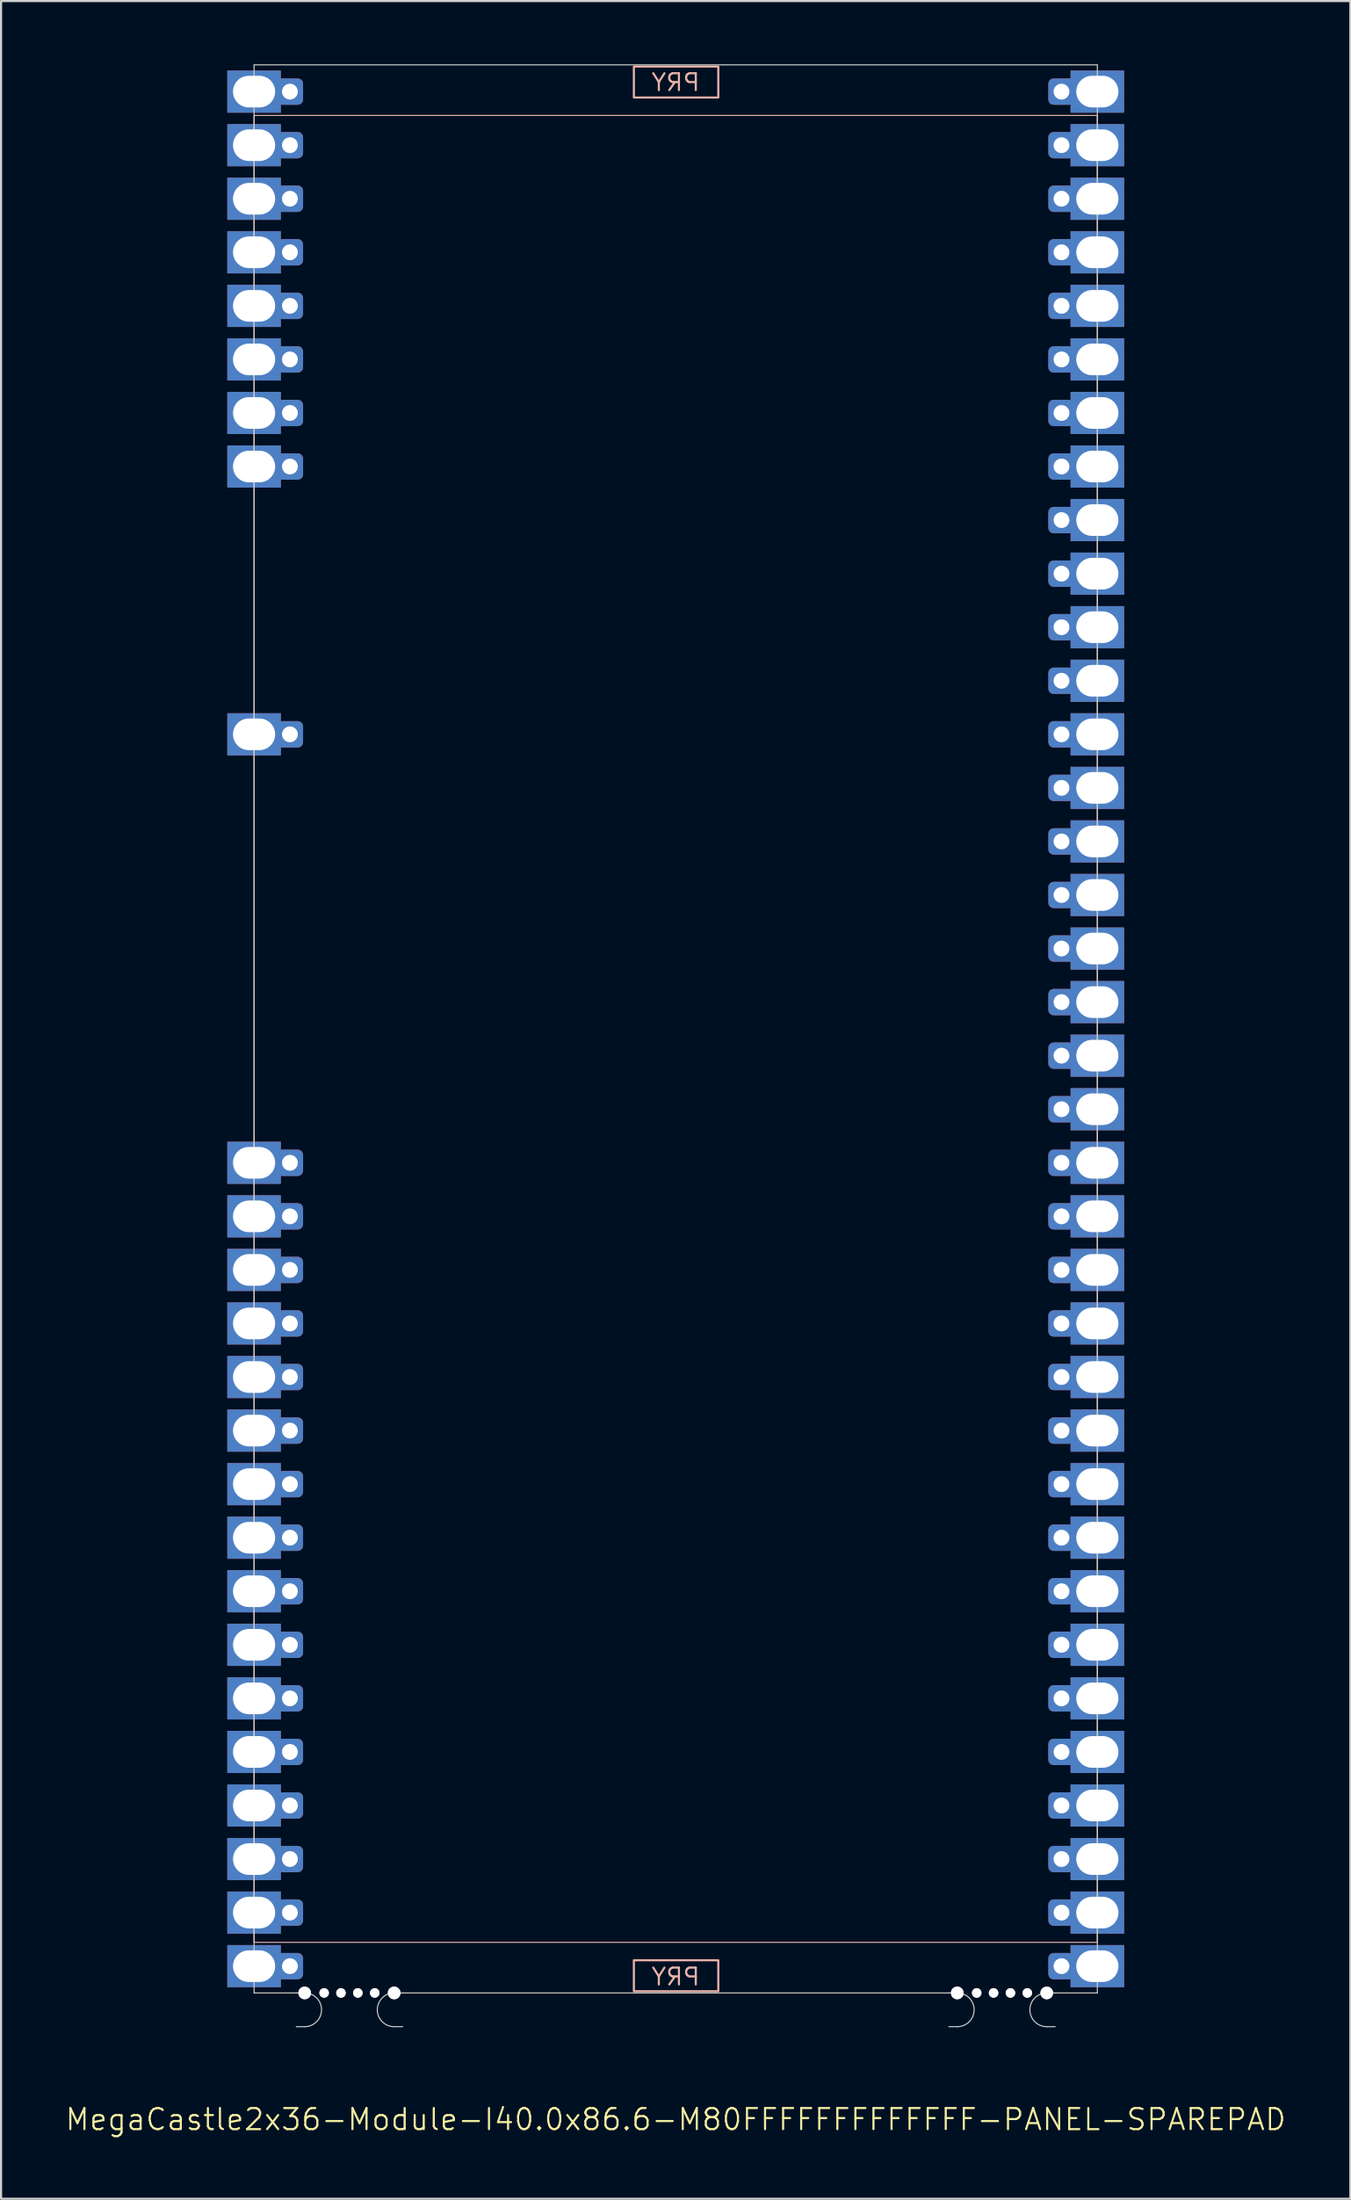
<source format=kicad_pcb>
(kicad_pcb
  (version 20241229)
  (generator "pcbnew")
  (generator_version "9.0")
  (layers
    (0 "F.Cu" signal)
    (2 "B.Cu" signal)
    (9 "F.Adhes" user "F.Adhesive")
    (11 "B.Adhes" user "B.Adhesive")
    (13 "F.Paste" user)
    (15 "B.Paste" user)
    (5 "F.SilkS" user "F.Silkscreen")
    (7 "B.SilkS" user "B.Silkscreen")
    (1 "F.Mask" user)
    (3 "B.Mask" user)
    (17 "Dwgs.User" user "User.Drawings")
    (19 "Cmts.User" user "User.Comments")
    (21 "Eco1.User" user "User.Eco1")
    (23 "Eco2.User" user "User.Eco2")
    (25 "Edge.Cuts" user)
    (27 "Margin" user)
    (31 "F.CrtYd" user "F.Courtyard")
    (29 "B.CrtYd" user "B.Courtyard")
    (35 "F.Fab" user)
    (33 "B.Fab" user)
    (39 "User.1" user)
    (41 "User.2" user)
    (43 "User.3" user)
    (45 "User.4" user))
  (footprint "MegaCastle2x36-Module-I40.0x86.6-M80FFFFFFFFFFFFF-PANEL-SPAREPAD"
    (layer "F.Cu")
    (at 29.002 45.745)
    (property "Reference" "MegaCastle2x36-Module-I40.0x86.6-M80FFFFFFFFFFFFF-PANEL-SPAREPAD" (at 0 51.72 0) (unlocked yes) (layer "F.SilkS") (effects (font (size 1 1) (thickness 0.1))))
    (attr smd)
    (fp_rect (start -20 43.32) (end 20 -43.32) (stroke (width 0.05) (type default)) (fill no) (layer "B.SilkS"))
    (fp_rect (start -1.984 -44.171) (end 2.02 -45.64) (stroke (width 0.1) (type default)) (fill no) (layer "B.SilkS"))
    (fp_rect (start -1.984 44.171) (end 2.02 45.64) (stroke (width 0.1) (type default)) (fill no) (layer "B.SilkS"))
    (fp_line (start -20 -45.72) (end -20 45.72) (stroke (width 0.05) (type default)) (layer "Edge.Cuts"))
    (fp_line (start -20 -45.72) (end 20 -45.72) (stroke (width 0.05) (type default)) (layer "Edge.Cuts"))
    (fp_line (start -20 45.72) (end -18 45.72) (stroke (width 0.05) (type default)) (layer "Edge.Cuts"))
    (fp_line (start -18 45.72) (end -17.6 45.72) (stroke (width 0.05) (type default)) (layer "Edge.Cuts"))
    (fp_line (start -18 47.32) (end -17.6 47.32) (stroke (width 0.05) (type default)) (layer "Edge.Cuts"))
    (fp_line (start -12.955 45.72) (end -13.355 45.72) (stroke (width 0.05) (type default)) (layer "Edge.Cuts"))
    (fp_line (start -12.955 45.72) (end 12.955 45.72) (stroke (width 0.05) (type default)) (layer "Edge.Cuts"))
    (fp_line (start -12.955 47.32) (end -13.355 47.32) (stroke (width 0.05) (type default)) (layer "Edge.Cuts"))
    (fp_line (start 12.955 45.72) (end 13.355 45.72) (stroke (width 0.05) (type default)) (layer "Edge.Cuts"))
    (fp_line (start 12.955 47.32) (end 13.355 47.32) (stroke (width 0.05) (type default)) (layer "Edge.Cuts"))
    (fp_line (start 18 45.72) (end 17.6 45.72) (stroke (width 0.05) (type default)) (layer "Edge.Cuts"))
    (fp_line (start 18 45.72) (end 20 45.72) (stroke (width 0.05) (type default)) (layer "Edge.Cuts"))
    (fp_line (start 18 47.32) (end 17.6 47.32) (stroke (width 0.05) (type default)) (layer "Edge.Cuts"))
    (fp_line (start 20 -45.72) (end 20 45.72) (stroke (width 0.05) (type default)) (layer "Edge.Cuts"))
    (fp_arc (start -17.6 45.720001) (mid -16.799999 46.52) (end -17.6 47.32) (stroke (width 0.05) (type default)) (layer "Edge.Cuts"))
    (fp_arc (start -13.355 47.32) (mid -14.154999 46.520001) (end -13.355 45.720001) (stroke (width 0.05) (type default)) (layer "Edge.Cuts"))
    (fp_arc (start 13.355001 45.720001) (mid 14.155002 46.52) (end 13.355001 47.32) (stroke (width 0.05) (type default)) (layer "Edge.Cuts"))
    (fp_arc (start 17.600002 47.32) (mid 16.8 46.52) (end 17.600002 45.720001) (stroke (width 0.05) (type default)) (layer "Edge.Cuts"))
    (fp_text user "PRY" (at 0 -44.42 0) (unlocked yes) (layer "B.SilkS") (effects (font (size 0.8 0.8) (thickness 0.1)) (justify bottom mirror)))
    (fp_text user "PRY" (at 0 45.42 0) (unlocked yes) (layer "B.SilkS") (effects (font (size 0.8 0.8) (thickness 0.1)) (justify bottom mirror)))
    (pad "" np_thru_hole circle (at -17.6 45.72) (size 0.6 0.6) (drill 0.6) (layers "*.Cu" "Edge.Cuts"))
    (pad "" np_thru_hole circle (at -16.677 45.72) (size 0.45 0.45) (drill 0.45) (layers "*.Cu" "Edge.Cuts"))
    (pad "" np_thru_hole circle (at -15.878 45.72) (size 0.45 0.45) (drill 0.45) (layers "*.Cu" "Edge.Cuts"))
    (pad "" np_thru_hole circle (at -15.078 45.72) (size 0.45 0.45) (drill 0.45) (layers "*.Cu" "Edge.Cuts"))
    (pad "" np_thru_hole circle (at -14.277 45.72) (size 0.45 0.45) (drill 0.45) (layers "*.Cu" "Edge.Cuts"))
    (pad "" np_thru_hole circle (at -13.355 45.72) (size 0.6 0.6) (drill 0.6) (layers "*.Cu" "Edge.Cuts"))
    (pad "" np_thru_hole circle (at 13.355 45.72) (size 0.6 0.6) (drill 0.6) (layers "*.Cu" "Edge.Cuts"))
    (pad "" np_thru_hole circle (at 14.278 45.72) (size 0.45 0.45) (drill 0.45) (layers "*.Cu" "Edge.Cuts"))
    (pad "" np_thru_hole circle (at 15.078 45.72) (size 0.45 0.45) (drill 0.45) (layers "*.Cu" "Edge.Cuts"))
    (pad "" np_thru_hole circle (at 15.878 45.72) (size 0.45 0.45) (drill 0.45) (layers "*.Cu" "Edge.Cuts"))
    (pad "" np_thru_hole circle (at 16.678 45.72) (size 0.45 0.45) (drill 0.45) (layers "*.Cu" "Edge.Cuts"))
    (pad "" np_thru_hole circle (at 17.6 45.72) (size 0.6 0.6) (drill 0.6) (layers "*.Cu" "Edge.Cuts"))
    (pad "1" thru_hole rect (at -20 -44.45) (size 2.54 2) (drill oval 2 1.5) (property pad_prop_castellated) (layers "*.Cu" "*.Mask"))
    (pad "1" thru_hole roundrect (at -18.3 -44.45 180) (size 1.25 1.25) (drill 0.75) (layers "*.Cu" "*.Mask") (roundrect_rratio 0.2))
    (pad "2" thru_hole rect (at -20 -41.91) (size 2.54 2) (drill oval 2 1.5) (property pad_prop_castellated) (layers "*.Cu" "*.Mask"))
    (pad "2" thru_hole roundrect (at -18.3 -41.91 180) (size 1.25 1.25) (drill 0.75) (layers "*.Cu" "*.Mask") (roundrect_rratio 0.2))
    (pad "3" thru_hole rect (at -20 -39.37) (size 2.54 2) (drill oval 2 1.5) (property pad_prop_castellated) (layers "*.Cu" "*.Mask"))
    (pad "3" thru_hole roundrect (at -18.3 -39.37 180) (size 1.25 1.25) (drill 0.75) (layers "*.Cu" "*.Mask") (roundrect_rratio 0.2))
    (pad "4" thru_hole rect (at -20 -36.83) (size 2.54 2) (drill oval 2 1.5) (property pad_prop_castellated) (layers "*.Cu" "*.Mask"))
    (pad "4" thru_hole roundrect (at -18.3 -36.83 180) (size 1.25 1.25) (drill 0.75) (layers "*.Cu" "*.Mask") (roundrect_rratio 0.2))
    (pad "5" thru_hole rect (at -20 -34.29) (size 2.54 2) (drill oval 2 1.5) (property pad_prop_castellated) (layers "*.Cu" "*.Mask"))
    (pad "5" thru_hole roundrect (at -18.3 -34.29 180) (size 1.25 1.25) (drill 0.75) (layers "*.Cu" "*.Mask") (roundrect_rratio 0.2))
    (pad "6" thru_hole rect (at -20 -31.75) (size 2.54 2) (drill oval 2 1.5) (property pad_prop_castellated) (layers "*.Cu" "*.Mask"))
    (pad "6" thru_hole roundrect (at -18.3 -31.75 180) (size 1.25 1.25) (drill 0.75) (layers "*.Cu" "*.Mask") (roundrect_rratio 0.2))
    (pad "7" thru_hole rect (at -20 -29.21) (size 2.54 2) (drill oval 2 1.5) (property pad_prop_castellated) (layers "*.Cu" "*.Mask"))
    (pad "7" thru_hole roundrect (at -18.3 -29.21 180) (size 1.25 1.25) (drill 0.75) (layers "*.Cu" "*.Mask") (roundrect_rratio 0.2))
    (pad "8" thru_hole rect (at -20 -26.67) (size 2.54 2) (drill oval 2 1.5) (property pad_prop_castellated) (layers "*.Cu" "*.Mask"))
    (pad "8" thru_hole roundrect (at -18.3 -26.67 180) (size 1.25 1.25) (drill 0.75) (layers "*.Cu" "*.Mask") (roundrect_rratio 0.2))
    (pad "13" thru_hole rect (at -20 -13.97) (size 2.54 2) (drill oval 2 1.5) (property pad_prop_castellated) (layers "*.Cu" "*.Mask"))
    (pad "13" thru_hole roundrect (at -18.3 -13.97 180) (size 1.25 1.25) (drill 0.75) (layers "*.Cu" "*.Mask") (roundrect_rratio 0.2))
    (pad "21" thru_hole rect (at -20 6.35) (size 2.54 2) (drill oval 2 1.5) (property pad_prop_castellated) (layers "*.Cu" "*.Mask"))
    (pad "21" thru_hole roundrect (at -18.3 6.35 180) (size 1.25 1.25) (drill 0.75) (layers "*.Cu" "*.Mask") (roundrect_rratio 0.2))
    (pad "22" thru_hole rect (at -20 8.89) (size 2.54 2) (drill oval 2 1.5) (property pad_prop_castellated) (layers "*.Cu" "*.Mask"))
    (pad "22" thru_hole roundrect (at -18.3 8.89 180) (size 1.25 1.25) (drill 0.75) (layers "*.Cu" "*.Mask") (roundrect_rratio 0.2))
    (pad "23" thru_hole rect (at -20 11.43) (size 2.54 2) (drill oval 2 1.5) (property pad_prop_castellated) (layers "*.Cu" "*.Mask"))
    (pad "23" thru_hole roundrect (at -18.3 11.43 180) (size 1.25 1.25) (drill 0.75) (layers "*.Cu" "*.Mask") (roundrect_rratio 0.2))
    (pad "24" thru_hole rect (at -20 13.97) (size 2.54 2) (drill oval 2 1.5) (property pad_prop_castellated) (layers "*.Cu" "*.Mask"))
    (pad "24" thru_hole roundrect (at -18.3 13.97 180) (size 1.25 1.25) (drill 0.75) (layers "*.Cu" "*.Mask") (roundrect_rratio 0.2))
    (pad "25" thru_hole rect (at -20 16.51) (size 2.54 2) (drill oval 2 1.5) (property pad_prop_castellated) (layers "*.Cu" "*.Mask"))
    (pad "25" thru_hole roundrect (at -18.3 16.51 180) (size 1.25 1.25) (drill 0.75) (layers "*.Cu" "*.Mask") (roundrect_rratio 0.2))
    (pad "26" thru_hole rect (at -20 19.05) (size 2.54 2) (drill oval 2 1.5) (property pad_prop_castellated) (layers "*.Cu" "*.Mask"))
    (pad "26" thru_hole roundrect (at -18.3 19.05 180) (size 1.25 1.25) (drill 0.75) (layers "*.Cu" "*.Mask") (roundrect_rratio 0.2))
    (pad "27" thru_hole rect (at -20 21.59) (size 2.54 2) (drill oval 2 1.5) (property pad_prop_castellated) (layers "*.Cu" "*.Mask"))
    (pad "27" thru_hole roundrect (at -18.3 21.59 180) (size 1.25 1.25) (drill 0.75) (layers "*.Cu" "*.Mask") (roundrect_rratio 0.2))
    (pad "28" thru_hole rect (at -20 24.13) (size 2.54 2) (drill oval 2 1.5) (property pad_prop_castellated) (layers "*.Cu" "*.Mask"))
    (pad "28" thru_hole roundrect (at -18.3 24.13 180) (size 1.25 1.25) (drill 0.75) (layers "*.Cu" "*.Mask") (roundrect_rratio 0.2))
    (pad "29" thru_hole rect (at -20 26.67) (size 2.54 2) (drill oval 2 1.5) (property pad_prop_castellated) (layers "*.Cu" "*.Mask"))
    (pad "29" thru_hole roundrect (at -18.3 26.67 180) (size 1.25 1.25) (drill 0.75) (layers "*.Cu" "*.Mask") (roundrect_rratio 0.2))
    (pad "30" thru_hole rect (at -20 29.21) (size 2.54 2) (drill oval 2 1.5) (property pad_prop_castellated) (layers "*.Cu" "*.Mask"))
    (pad "30" thru_hole roundrect (at -18.3 29.21 180) (size 1.25 1.25) (drill 0.75) (layers "*.Cu" "*.Mask") (roundrect_rratio 0.2))
    (pad "31" thru_hole rect (at -20 31.75) (size 2.54 2) (drill oval 2 1.5) (property pad_prop_castellated) (layers "*.Cu" "*.Mask"))
    (pad "31" thru_hole roundrect (at -18.3 31.75 180) (size 1.25 1.25) (drill 0.75) (layers "*.Cu" "*.Mask") (roundrect_rratio 0.2))
    (pad "32" thru_hole rect (at -20 34.29) (size 2.54 2) (drill oval 2 1.5) (property pad_prop_castellated) (layers "*.Cu" "*.Mask"))
    (pad "32" thru_hole roundrect (at -18.3 34.29 180) (size 1.25 1.25) (drill 0.75) (layers "*.Cu" "*.Mask") (roundrect_rratio 0.2))
    (pad "33" thru_hole rect (at -20 36.83) (size 2.54 2) (drill oval 2 1.5) (property pad_prop_castellated) (layers "*.Cu" "*.Mask"))
    (pad "33" thru_hole roundrect (at -18.3 36.83 180) (size 1.25 1.25) (drill 0.75) (layers "*.Cu" "*.Mask") (roundrect_rratio 0.2))
    (pad "34" thru_hole rect (at -20 39.37) (size 2.54 2) (drill oval 2 1.5) (property pad_prop_castellated) (layers "*.Cu" "*.Mask"))
    (pad "34" thru_hole roundrect (at -18.3 39.37 180) (size 1.25 1.25) (drill 0.75) (layers "*.Cu" "*.Mask") (roundrect_rratio 0.2))
    (pad "35" thru_hole rect (at -20 41.91) (size 2.54 2) (drill oval 2 1.5) (property pad_prop_castellated) (layers "*.Cu" "*.Mask"))
    (pad "35" thru_hole roundrect (at -18.3 41.91 180) (size 1.25 1.25) (drill 0.75) (layers "*.Cu" "*.Mask") (roundrect_rratio 0.2))
    (pad "36" thru_hole rect (at -20 44.45) (size 2.54 2) (drill oval 2 1.5) (property pad_prop_castellated) (layers "*.Cu" "*.Mask"))
    (pad "36" thru_hole roundrect (at -18.3 44.45 180) (size 1.25 1.25) (drill 0.75) (layers "*.Cu" "*.Mask") (roundrect_rratio 0.2))
    (pad "37" thru_hole roundrect (at 18.3 -44.45 180) (size 1.25 1.25) (drill 0.75) (layers "*.Cu" "*.Mask") (roundrect_rratio 0.2))
    (pad "37" thru_hole rect (at 20 -44.45) (size 2.54 2) (drill oval 2 1.5) (property pad_prop_castellated) (layers "*.Cu" "*.Mask"))
    (pad "38" thru_hole roundrect (at 18.3 -41.91 180) (size 1.25 1.25) (drill 0.75) (layers "*.Cu" "*.Mask") (roundrect_rratio 0.2))
    (pad "38" thru_hole rect (at 20 -41.91) (size 2.54 2) (drill oval 2 1.5) (property pad_prop_castellated) (layers "*.Cu" "*.Mask"))
    (pad "39" thru_hole roundrect (at 18.3 -39.37 180) (size 1.25 1.25) (drill 0.75) (layers "*.Cu" "*.Mask") (roundrect_rratio 0.2))
    (pad "39" thru_hole rect (at 20 -39.37) (size 2.54 2) (drill oval 2 1.5) (property pad_prop_castellated) (layers "*.Cu" "*.Mask"))
    (pad "40" thru_hole roundrect (at 18.3 -36.83 180) (size 1.25 1.25) (drill 0.75) (layers "*.Cu" "*.Mask") (roundrect_rratio 0.2))
    (pad "40" thru_hole rect (at 20 -36.83) (size 2.54 2) (drill oval 2 1.5) (property pad_prop_castellated) (layers "*.Cu" "*.Mask"))
    (pad "41" thru_hole roundrect (at 18.3 -34.29 180) (size 1.25 1.25) (drill 0.75) (layers "*.Cu" "*.Mask") (roundrect_rratio 0.2))
    (pad "41" thru_hole rect (at 20 -34.29) (size 2.54 2) (drill oval 2 1.5) (property pad_prop_castellated) (layers "*.Cu" "*.Mask"))
    (pad "42" thru_hole roundrect (at 18.3 -31.75 180) (size 1.25 1.25) (drill 0.75) (layers "*.Cu" "*.Mask") (roundrect_rratio 0.2))
    (pad "42" thru_hole rect (at 20 -31.75) (size 2.54 2) (drill oval 2 1.5) (property pad_prop_castellated) (layers "*.Cu" "*.Mask"))
    (pad "43" thru_hole roundrect (at 18.3 -29.21 180) (size 1.25 1.25) (drill 0.75) (layers "*.Cu" "*.Mask") (roundrect_rratio 0.2))
    (pad "43" thru_hole rect (at 20 -29.21) (size 2.54 2) (drill oval 2 1.5) (property pad_prop_castellated) (layers "*.Cu" "*.Mask"))
    (pad "44" thru_hole roundrect (at 18.3 -26.67 180) (size 1.25 1.25) (drill 0.75) (layers "*.Cu" "*.Mask") (roundrect_rratio 0.2))
    (pad "44" thru_hole rect (at 20 -26.67) (size 2.54 2) (drill oval 2 1.5) (property pad_prop_castellated) (layers "*.Cu" "*.Mask"))
    (pad "45" thru_hole roundrect (at 18.3 -24.13 180) (size 1.25 1.25) (drill 0.75) (layers "*.Cu" "*.Mask") (roundrect_rratio 0.2))
    (pad "45" thru_hole rect (at 20 -24.13) (size 2.54 2) (drill oval 2 1.5) (property pad_prop_castellated) (layers "*.Cu" "*.Mask"))
    (pad "46" thru_hole roundrect (at 18.3 -21.59 180) (size 1.25 1.25) (drill 0.75) (layers "*.Cu" "*.Mask") (roundrect_rratio 0.2))
    (pad "46" thru_hole rect (at 20 -21.59) (size 2.54 2) (drill oval 2 1.5) (property pad_prop_castellated) (layers "*.Cu" "*.Mask"))
    (pad "47" thru_hole roundrect (at 18.3 -19.05 180) (size 1.25 1.25) (drill 0.75) (layers "*.Cu" "*.Mask") (roundrect_rratio 0.2))
    (pad "47" thru_hole rect (at 20 -19.05) (size 2.54 2) (drill oval 2 1.5) (property pad_prop_castellated) (layers "*.Cu" "*.Mask"))
    (pad "48" thru_hole roundrect (at 18.3 -16.51 180) (size 1.25 1.25) (drill 0.75) (layers "*.Cu" "*.Mask") (roundrect_rratio 0.2))
    (pad "48" thru_hole rect (at 20 -16.51) (size 2.54 2) (drill oval 2 1.5) (property pad_prop_castellated) (layers "*.Cu" "*.Mask"))
    (pad "49" thru_hole roundrect (at 18.3 -13.97 180) (size 1.25 1.25) (drill 0.75) (layers "*.Cu" "*.Mask") (roundrect_rratio 0.2))
    (pad "49" thru_hole rect (at 20 -13.97) (size 2.54 2) (drill oval 2 1.5) (property pad_prop_castellated) (layers "*.Cu" "*.Mask"))
    (pad "50" thru_hole roundrect (at 18.3 -11.43 180) (size 1.25 1.25) (drill 0.75) (layers "*.Cu" "*.Mask") (roundrect_rratio 0.2))
    (pad "50" thru_hole rect (at 20 -11.43) (size 2.54 2) (drill oval 2 1.5) (property pad_prop_castellated) (layers "*.Cu" "*.Mask"))
    (pad "51" thru_hole roundrect (at 18.3 -8.89 180) (size 1.25 1.25) (drill 0.75) (layers "*.Cu" "*.Mask") (roundrect_rratio 0.2))
    (pad "51" thru_hole rect (at 20 -8.89) (size 2.54 2) (drill oval 2 1.5) (property pad_prop_castellated) (layers "*.Cu" "*.Mask"))
    (pad "52" thru_hole roundrect (at 18.3 -6.35 180) (size 1.25 1.25) (drill 0.75) (layers "*.Cu" "*.Mask") (roundrect_rratio 0.2))
    (pad "52" thru_hole rect (at 20 -6.35) (size 2.54 2) (drill oval 2 1.5) (property pad_prop_castellated) (layers "*.Cu" "*.Mask"))
    (pad "53" thru_hole roundrect (at 18.3 -3.81 180) (size 1.25 1.25) (drill 0.75) (layers "*.Cu" "*.Mask") (roundrect_rratio 0.2))
    (pad "53" thru_hole rect (at 20 -3.81) (size 2.54 2) (drill oval 2 1.5) (property pad_prop_castellated) (layers "*.Cu" "*.Mask"))
    (pad "54" thru_hole roundrect (at 18.3 -1.27 180) (size 1.25 1.25) (drill 0.75) (layers "*.Cu" "*.Mask") (roundrect_rratio 0.2))
    (pad "54" thru_hole rect (at 20 -1.27) (size 2.54 2) (drill oval 2 1.5) (property pad_prop_castellated) (layers "*.Cu" "*.Mask"))
    (pad "55" thru_hole roundrect (at 18.3 1.27 180) (size 1.25 1.25) (drill 0.75) (layers "*.Cu" "*.Mask") (roundrect_rratio 0.2))
    (pad "55" thru_hole rect (at 20 1.27) (size 2.54 2) (drill oval 2 1.5) (property pad_prop_castellated) (layers "*.Cu" "*.Mask"))
    (pad "56" thru_hole roundrect (at 18.3 3.81 180) (size 1.25 1.25) (drill 0.75) (layers "*.Cu" "*.Mask") (roundrect_rratio 0.2))
    (pad "56" thru_hole rect (at 20 3.81) (size 2.54 2) (drill oval 2 1.5) (property pad_prop_castellated) (layers "*.Cu" "*.Mask"))
    (pad "57" thru_hole roundrect (at 18.3 6.35 180) (size 1.25 1.25) (drill 0.75) (layers "*.Cu" "*.Mask") (roundrect_rratio 0.2))
    (pad "57" thru_hole rect (at 20 6.35) (size 2.54 2) (drill oval 2 1.5) (property pad_prop_castellated) (layers "*.Cu" "*.Mask"))
    (pad "58" thru_hole roundrect (at 18.3 8.89 180) (size 1.25 1.25) (drill 0.75) (layers "*.Cu" "*.Mask") (roundrect_rratio 0.2))
    (pad "58" thru_hole rect (at 20 8.89) (size 2.54 2) (drill oval 2 1.5) (property pad_prop_castellated) (layers "*.Cu" "*.Mask"))
    (pad "59" thru_hole roundrect (at 18.3 11.43 180) (size 1.25 1.25) (drill 0.75) (layers "*.Cu" "*.Mask") (roundrect_rratio 0.2))
    (pad "59" thru_hole rect (at 20 11.43) (size 2.54 2) (drill oval 2 1.5) (property pad_prop_castellated) (layers "*.Cu" "*.Mask"))
    (pad "60" thru_hole roundrect (at 18.3 13.97 180) (size 1.25 1.25) (drill 0.75) (layers "*.Cu" "*.Mask") (roundrect_rratio 0.2))
    (pad "60" thru_hole rect (at 20 13.97) (size 2.54 2) (drill oval 2 1.5) (property pad_prop_castellated) (layers "*.Cu" "*.Mask"))
    (pad "61" thru_hole roundrect (at 18.3 16.51 180) (size 1.25 1.25) (drill 0.75) (layers "*.Cu" "*.Mask") (roundrect_rratio 0.2))
    (pad "61" thru_hole rect (at 20 16.51) (size 2.54 2) (drill oval 2 1.5) (property pad_prop_castellated) (layers "*.Cu" "*.Mask"))
    (pad "62" thru_hole roundrect (at 18.3 19.05 180) (size 1.25 1.25) (drill 0.75) (layers "*.Cu" "*.Mask") (roundrect_rratio 0.2))
    (pad "62" thru_hole rect (at 20 19.05) (size 2.54 2) (drill oval 2 1.5) (property pad_prop_castellated) (layers "*.Cu" "*.Mask"))
    (pad "63" thru_hole roundrect (at 18.3 21.59 180) (size 1.25 1.25) (drill 0.75) (layers "*.Cu" "*.Mask") (roundrect_rratio 0.2))
    (pad "63" thru_hole rect (at 20 21.59) (size 2.54 2) (drill oval 2 1.5) (property pad_prop_castellated) (layers "*.Cu" "*.Mask"))
    (pad "64" thru_hole roundrect (at 18.3 24.13 180) (size 1.25 1.25) (drill 0.75) (layers "*.Cu" "*.Mask") (roundrect_rratio 0.2))
    (pad "64" thru_hole rect (at 20 24.13) (size 2.54 2) (drill oval 2 1.5) (property pad_prop_castellated) (layers "*.Cu" "*.Mask"))
    (pad "65" thru_hole roundrect (at 18.3 26.67 180) (size 1.25 1.25) (drill 0.75) (layers "*.Cu" "*.Mask") (roundrect_rratio 0.2))
    (pad "65" thru_hole rect (at 20 26.67) (size 2.54 2) (drill oval 2 1.5) (property pad_prop_castellated) (layers "*.Cu" "*.Mask"))
    (pad "66" thru_hole roundrect (at 18.3 29.21 180) (size 1.25 1.25) (drill 0.75) (layers "*.Cu" "*.Mask") (roundrect_rratio 0.2))
    (pad "66" thru_hole rect (at 20 29.21) (size 2.54 2) (drill oval 2 1.5) (property pad_prop_castellated) (layers "*.Cu" "*.Mask"))
    (pad "67" thru_hole roundrect (at 18.3 31.75 180) (size 1.25 1.25) (drill 0.75) (layers "*.Cu" "*.Mask") (roundrect_rratio 0.2))
    (pad "67" thru_hole rect (at 20 31.75) (size 2.54 2) (drill oval 2 1.5) (property pad_prop_castellated) (layers "*.Cu" "*.Mask"))
    (pad "68" thru_hole roundrect (at 18.3 34.29 180) (size 1.25 1.25) (drill 0.75) (layers "*.Cu" "*.Mask") (roundrect_rratio 0.2))
    (pad "68" thru_hole rect (at 20 34.29) (size 2.54 2) (drill oval 2 1.5) (property pad_prop_castellated) (layers "*.Cu" "*.Mask"))
    (pad "69" thru_hole roundrect (at 18.3 36.83 180) (size 1.25 1.25) (drill 0.75) (layers "*.Cu" "*.Mask") (roundrect_rratio 0.2))
    (pad "69" thru_hole rect (at 20 36.83) (size 2.54 2) (drill oval 2 1.5) (property pad_prop_castellated) (layers "*.Cu" "*.Mask"))
    (pad "70" thru_hole roundrect (at 18.3 39.37 180) (size 1.25 1.25) (drill 0.75) (layers "*.Cu" "*.Mask") (roundrect_rratio 0.2))
    (pad "70" thru_hole rect (at 20 39.37) (size 2.54 2) (drill oval 2 1.5) (property pad_prop_castellated) (layers "*.Cu" "*.Mask"))
    (pad "71" thru_hole roundrect (at 18.3 41.91 180) (size 1.25 1.25) (drill 0.75) (layers "*.Cu" "*.Mask") (roundrect_rratio 0.2))
    (pad "71" thru_hole rect (at 20 41.91) (size 2.54 2) (drill oval 2 1.5) (property pad_prop_castellated) (layers "*.Cu" "*.Mask"))
    (pad "72" thru_hole roundrect (at 18.3 44.45 180) (size 1.25 1.25) (drill 0.75) (layers "*.Cu" "*.Mask") (roundrect_rratio 0.2))
    (pad "72" thru_hole rect (at 20 44.45) (size 2.54 2) (drill oval 2 1.5) (property pad_prop_castellated) (layers "*.Cu" "*.Mask"))
    (zone (net_name "") (layer "B.Cu") (hatch edge 0.5) (connect_pads) (min_thickness 0.25) (filled_areas_thickness no) (keepout (tracks allowed) (vias allowed) (pads allowed) (copperpour allowed) (footprints not_allowed)) (placement (enabled no)) (fill) (polygon (pts (xy 9.002 91.465) (xy 9.002 0.025))))
    (zone (net_name "") (layer "B.Cu") (hatch edge 0.5) (connect_pads) (min_thickness 0.25) (filled_areas_thickness no) (keepout (tracks allowed) (vias allowed) (pads allowed) (copperpour allowed) (footprints not_allowed)) (placement (enabled no)) (fill) (polygon (pts (xy 49.002 91.465) (xy 49.002 0.025))))
    (zone (net_name "") (layer "B.Cu") (hatch edge 0.5) (connect_pads) (min_thickness 0.25) (filled_areas_thickness no) (keepout (tracks allowed) (vias allowed) (pads allowed) (copperpour allowed) (footprints not_allowed)) (placement (enabled no)) (fill) (polygon (pts (xy 9.002 0.025) (xy 9.002 2.425) (xy 49.002 2.425) (xy 49.002 0.025))))
    (zone (net_name "") (layer "B.Cu") (hatch edge 0.5) (connect_pads) (min_thickness 0.25) (filled_areas_thickness no) (keepout (tracks allowed) (vias allowed) (pads allowed) (copperpour allowed) (footprints not_allowed)) (placement (enabled no)) (fill) (polygon (pts (xy 9.002 91.465) (xy 9.002 89.065) (xy 49.002 89.065) (xy 49.002 91.465))))
    (zone (net_name "") (layer "B.Cu") (name "Upper Pry Zone") (hatch edge 0.5) (connect_pads) (min_thickness 0.25) (filled_areas_thickness no) (keepout (tracks not_allowed) (vias not_allowed) (pads not_allowed) (copperpour allowed) (footprints not_allowed)) (placement (enabled no)) (fill) (polygon (pts (xy 27.018 1.574) (xy 27.018 0.105) (xy 31.022 0.105) (xy 31.022 1.574))))
    (zone (net_name "") (layer "B.Cu") (name "Upper Pry Zone") (hatch edge 0.5) (connect_pads) (min_thickness 0.25) (filled_areas_thickness no) (keepout (tracks not_allowed) (vias not_allowed) (pads not_allowed) (copperpour allowed) (footprints not_allowed)) (placement (enabled no)) (fill) (polygon (pts (xy 27.018 89.916) (xy 27.018 91.385) (xy 31.022 91.385) (xy 31.022 89.916)))))
  (gr_rect
    (start -3 -3)
    (end 61.005 101.226)
    (stroke (width 0.1) (type default))
    (fill no)
    (layer "Edge.Cuts")))
</source>
